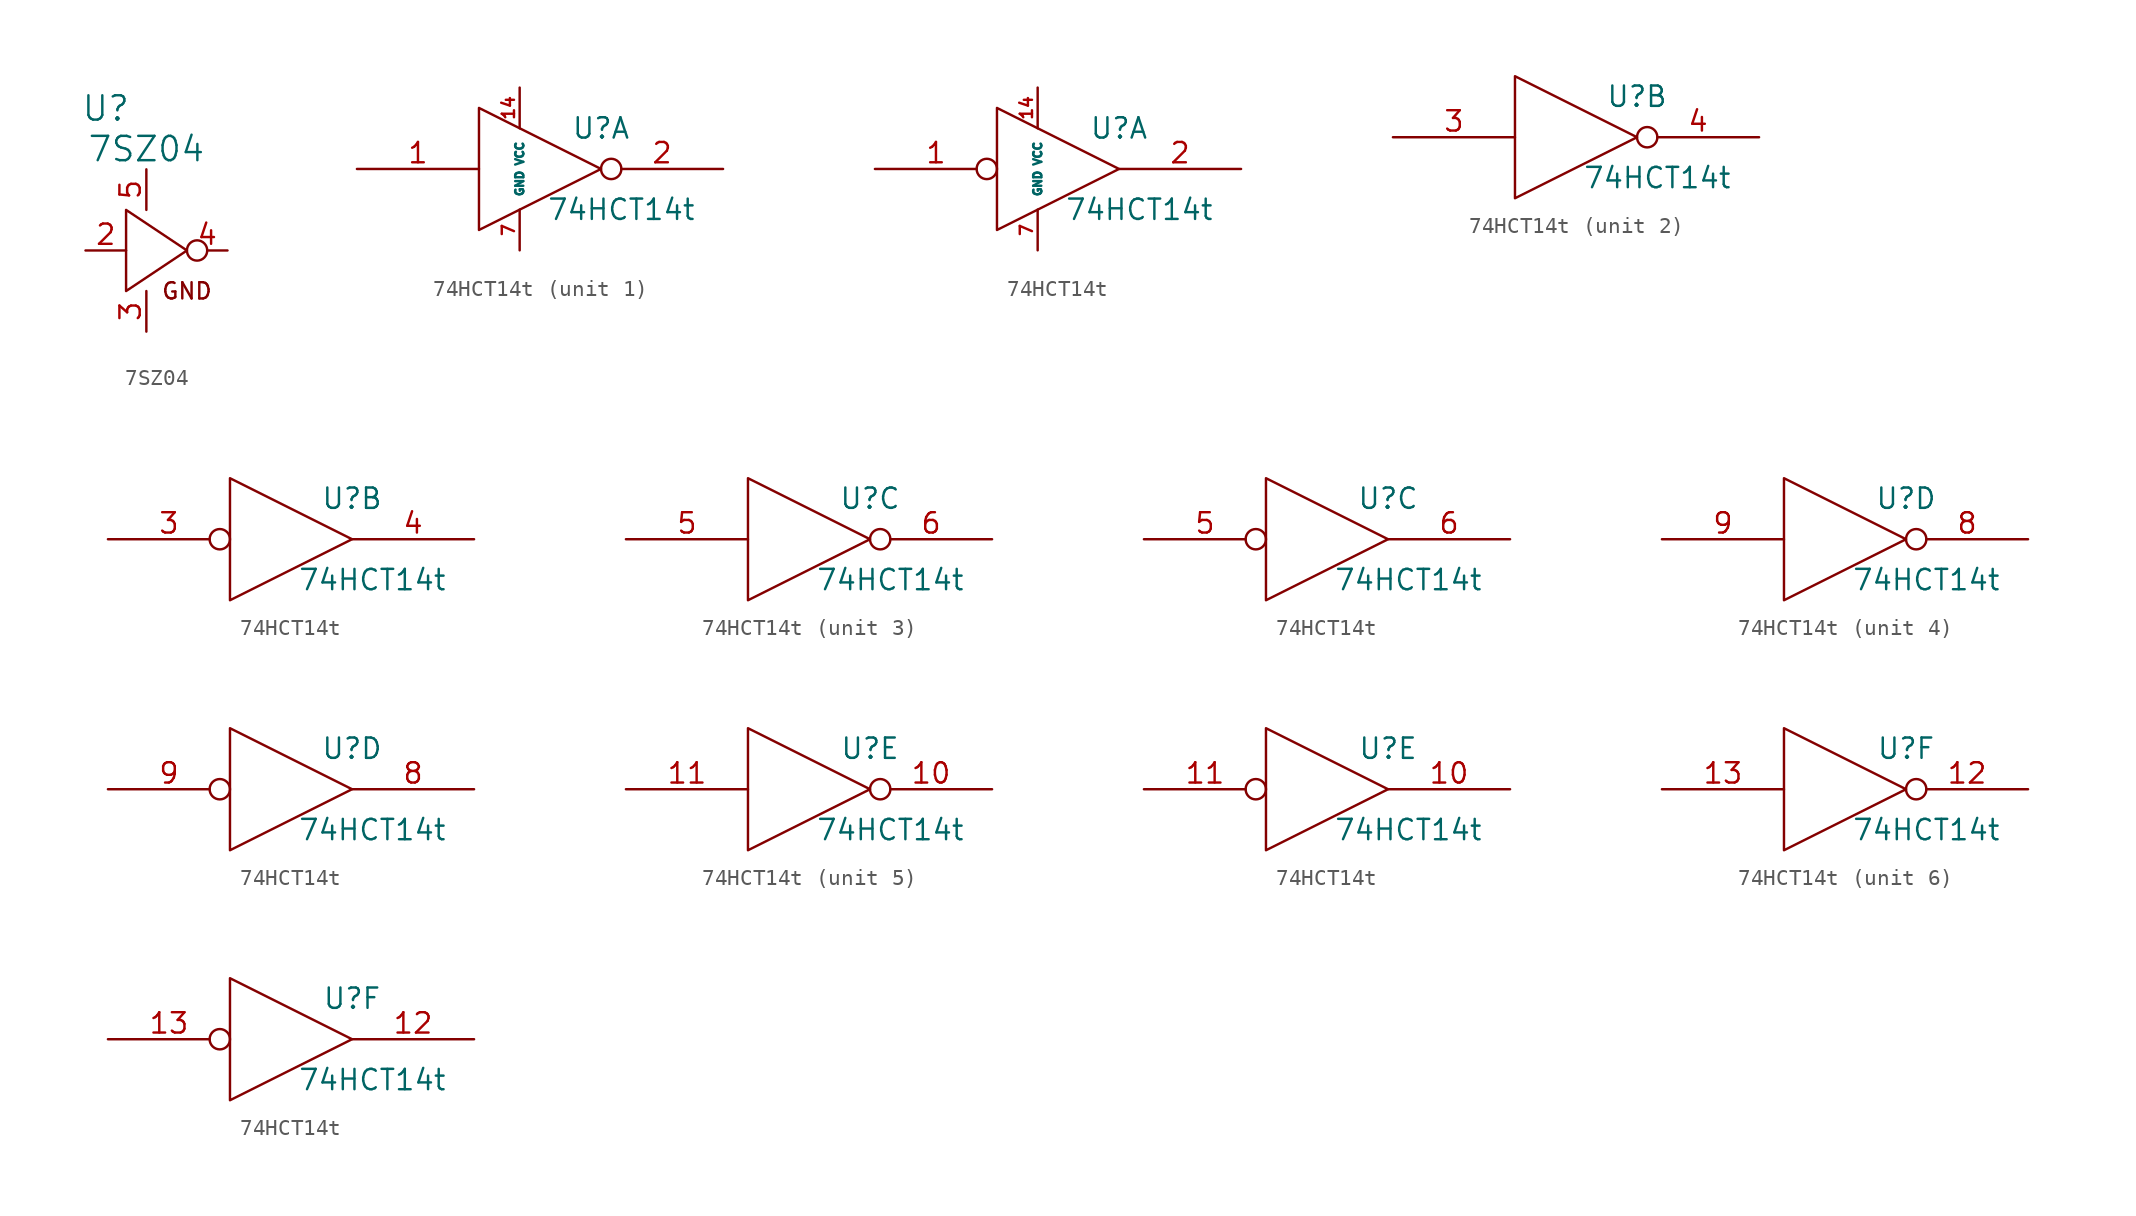
<source format=kicad_sym>
(kicad_symbol_lib
  (version 20211014)
  (generator kicad_symbol_editor)
  (symbol "7SZ04"
    (pin_names
      (offset 1.016) hide)
    (property "Reference" "U"
      (at -2.54 8.89 0)
      (effects (font (size 1.524 1.524))))
    (property "Value" "7SZ04"
      (at 0 6.35 0)
      (effects (font (size 1.524 1.524))))
    (property "Footprint" ""
      (at 0 0 0)
      (effects (font (size 1.524 1.524))))
    (property "Datasheet" ""
      (at 0 0 0)
      (effects (font (size 1.524 1.524))))
    (symbol "7SZ04_0_0"
      (text "GND" (at 2.54 -2.54 0) (effects (font (size 1.016 1.016)))))
    (symbol "7SZ04_0_1"
      (polyline (pts (xy 2.54 0) (xy -1.27 2.54) (xy -1.27 -2.54) (xy 2.54 0)) (stroke (width 0) (type default) (color 0 0 0 0)) (fill (type none))))
    (symbol "7SZ04_1_1"
      (pin input line (at -3.81 0 0) (length 2.54) (name "A" (effects (font (size 1.27 1.27)))) (number "2" (effects (font (size 1.27 1.27)))))
      (pin passive line (at 0 -5.08 90) (length 2.54) (name "GND" (effects (font (size 1.27 1.27)))) (number "3" (effects (font (size 1.27 1.27)))))
      (pin output inverted (at 5.08 0 180) (length 2.54) (name "Y" (effects (font (size 1.27 1.27)))) (number "4" (effects (font (size 1.27 1.27)))))
      (pin power_in line (at 0 5.08 270) (length 2.54) (name "VCC" (effects (font (size 1.27 1.27)))) (number "5" (effects (font (size 1.27 1.27)))))))
  (symbol "74HCT14t"
    (pin_names
      (offset 0.762))
    (property "Reference" "U"
      (at 3.81 2.54 0)
      (effects (font (size 1.27 1.27))))
    (property "Value" "74HCT14t"
      (at 5.08 -2.54 0)
      (effects (font (size 1.27 1.27))))
    (symbol "74HCT14t_0_0"
      (polyline (pts (xy -3.81 3.81) (xy -3.81 -3.81) (xy 3.81 0) (xy -3.81 3.81)) (stroke (width 0) (type default) (color 0 0 0 0)) (fill (type none))))
    (symbol "74HCT14t_1_0"
      (pin power_in line (at -1.27 5.08 270) (length 2.54) (name "VCC" (effects (font (size 0.508 0.508)))) (number "14" (effects (font (size 0.762 0.762)))))
      (pin power_in line (at -1.27 -5.08 90) (length 2.54) (name "GND" (effects (font (size 0.508 0.508)))) (number "7" (effects (font (size 0.762 0.762))))))
    (symbol "74HCT14t_1_1"
      (pin input line (at -11.43 0 0) (length 7.62) (name "~" (effects (font (size 1.27 1.27)))) (number "1" (effects (font (size 1.27 1.27)))))
      (pin output inverted (at 11.43 0 180) (length 7.62) (name "~" (effects (font (size 1.27 1.27)))) (number "2" (effects (font (size 1.27 1.27))))))
    (symbol "74HCT14t_1_2"
      (pin input inverted (at -11.43 0 0) (length 7.62) (name "~" (effects (font (size 1.27 1.27)))) (number "1" (effects (font (size 1.27 1.27)))))
      (pin output line (at 11.43 0 180) (length 7.62) (name "~" (effects (font (size 1.27 1.27)))) (number "2" (effects (font (size 1.27 1.27))))))
    (symbol "74HCT14t_2_1"
      (pin input line (at -11.43 0 0) (length 7.62) (name "~" (effects (font (size 1.27 1.27)))) (number "3" (effects (font (size 1.27 1.27)))))
      (pin output inverted (at 11.43 0 180) (length 7.62) (name "~" (effects (font (size 1.27 1.27)))) (number "4" (effects (font (size 1.27 1.27))))))
    (symbol "74HCT14t_2_2"
      (pin input inverted (at -11.43 0 0) (length 7.62) (name "~" (effects (font (size 1.27 1.27)))) (number "3" (effects (font (size 1.27 1.27)))))
      (pin output line (at 11.43 0 180) (length 7.62) (name "~" (effects (font (size 1.27 1.27)))) (number "4" (effects (font (size 1.27 1.27))))))
    (symbol "74HCT14t_3_1"
      (pin input line (at -11.43 0 0) (length 7.62) (name "~" (effects (font (size 1.27 1.27)))) (number "5" (effects (font (size 1.27 1.27)))))
      (pin output inverted (at 11.43 0 180) (length 7.62) (name "~" (effects (font (size 1.27 1.27)))) (number "6" (effects (font (size 1.27 1.27))))))
    (symbol "74HCT14t_3_2"
      (pin input inverted (at -11.43 0 0) (length 7.62) (name "~" (effects (font (size 1.27 1.27)))) (number "5" (effects (font (size 1.27 1.27)))))
      (pin output line (at 11.43 0 180) (length 7.62) (name "~" (effects (font (size 1.27 1.27)))) (number "6" (effects (font (size 1.27 1.27))))))
    (symbol "74HCT14t_4_1"
      (pin output inverted (at 11.43 0 180) (length 7.62) (name "~" (effects (font (size 1.27 1.27)))) (number "8" (effects (font (size 1.27 1.27)))))
      (pin input line (at -11.43 0 0) (length 7.62) (name "~" (effects (font (size 1.27 1.27)))) (number "9" (effects (font (size 1.27 1.27))))))
    (symbol "74HCT14t_4_2"
      (pin output line (at 11.43 0 180) (length 7.62) (name "~" (effects (font (size 1.27 1.27)))) (number "8" (effects (font (size 1.27 1.27)))))
      (pin input inverted (at -11.43 0 0) (length 7.62) (name "~" (effects (font (size 1.27 1.27)))) (number "9" (effects (font (size 1.27 1.27))))))
    (symbol "74HCT14t_5_1"
      (pin output inverted (at 11.43 0 180) (length 7.62) (name "~" (effects (font (size 1.27 1.27)))) (number "10" (effects (font (size 1.27 1.27)))))
      (pin input line (at -11.43 0 0) (length 7.62) (name "~" (effects (font (size 1.27 1.27)))) (number "11" (effects (font (size 1.27 1.27))))))
    (symbol "74HCT14t_5_2"
      (pin output line (at 11.43 0 180) (length 7.62) (name "~" (effects (font (size 1.27 1.27)))) (number "10" (effects (font (size 1.27 1.27)))))
      (pin input inverted (at -11.43 0 0) (length 7.62) (name "~" (effects (font (size 1.27 1.27)))) (number "11" (effects (font (size 1.27 1.27))))))
    (symbol "74HCT14t_6_1"
      (pin output inverted (at 11.43 0 180) (length 7.62) (name "~" (effects (font (size 1.27 1.27)))) (number "12" (effects (font (size 1.27 1.27)))))
      (pin input line (at -11.43 0 0) (length 7.62) (name "~" (effects (font (size 1.27 1.27)))) (number "13" (effects (font (size 1.27 1.27))))))
    (symbol "74HCT14t_6_2"
      (pin output line (at 11.43 0 180) (length 7.62) (name "~" (effects (font (size 1.27 1.27)))) (number "12" (effects (font (size 1.27 1.27)))))
      (pin input inverted (at -11.43 0 0) (length 7.62) (name "~" (effects (font (size 1.27 1.27)))) (number "13" (effects (font (size 1.27 1.27))))))))
</source>
